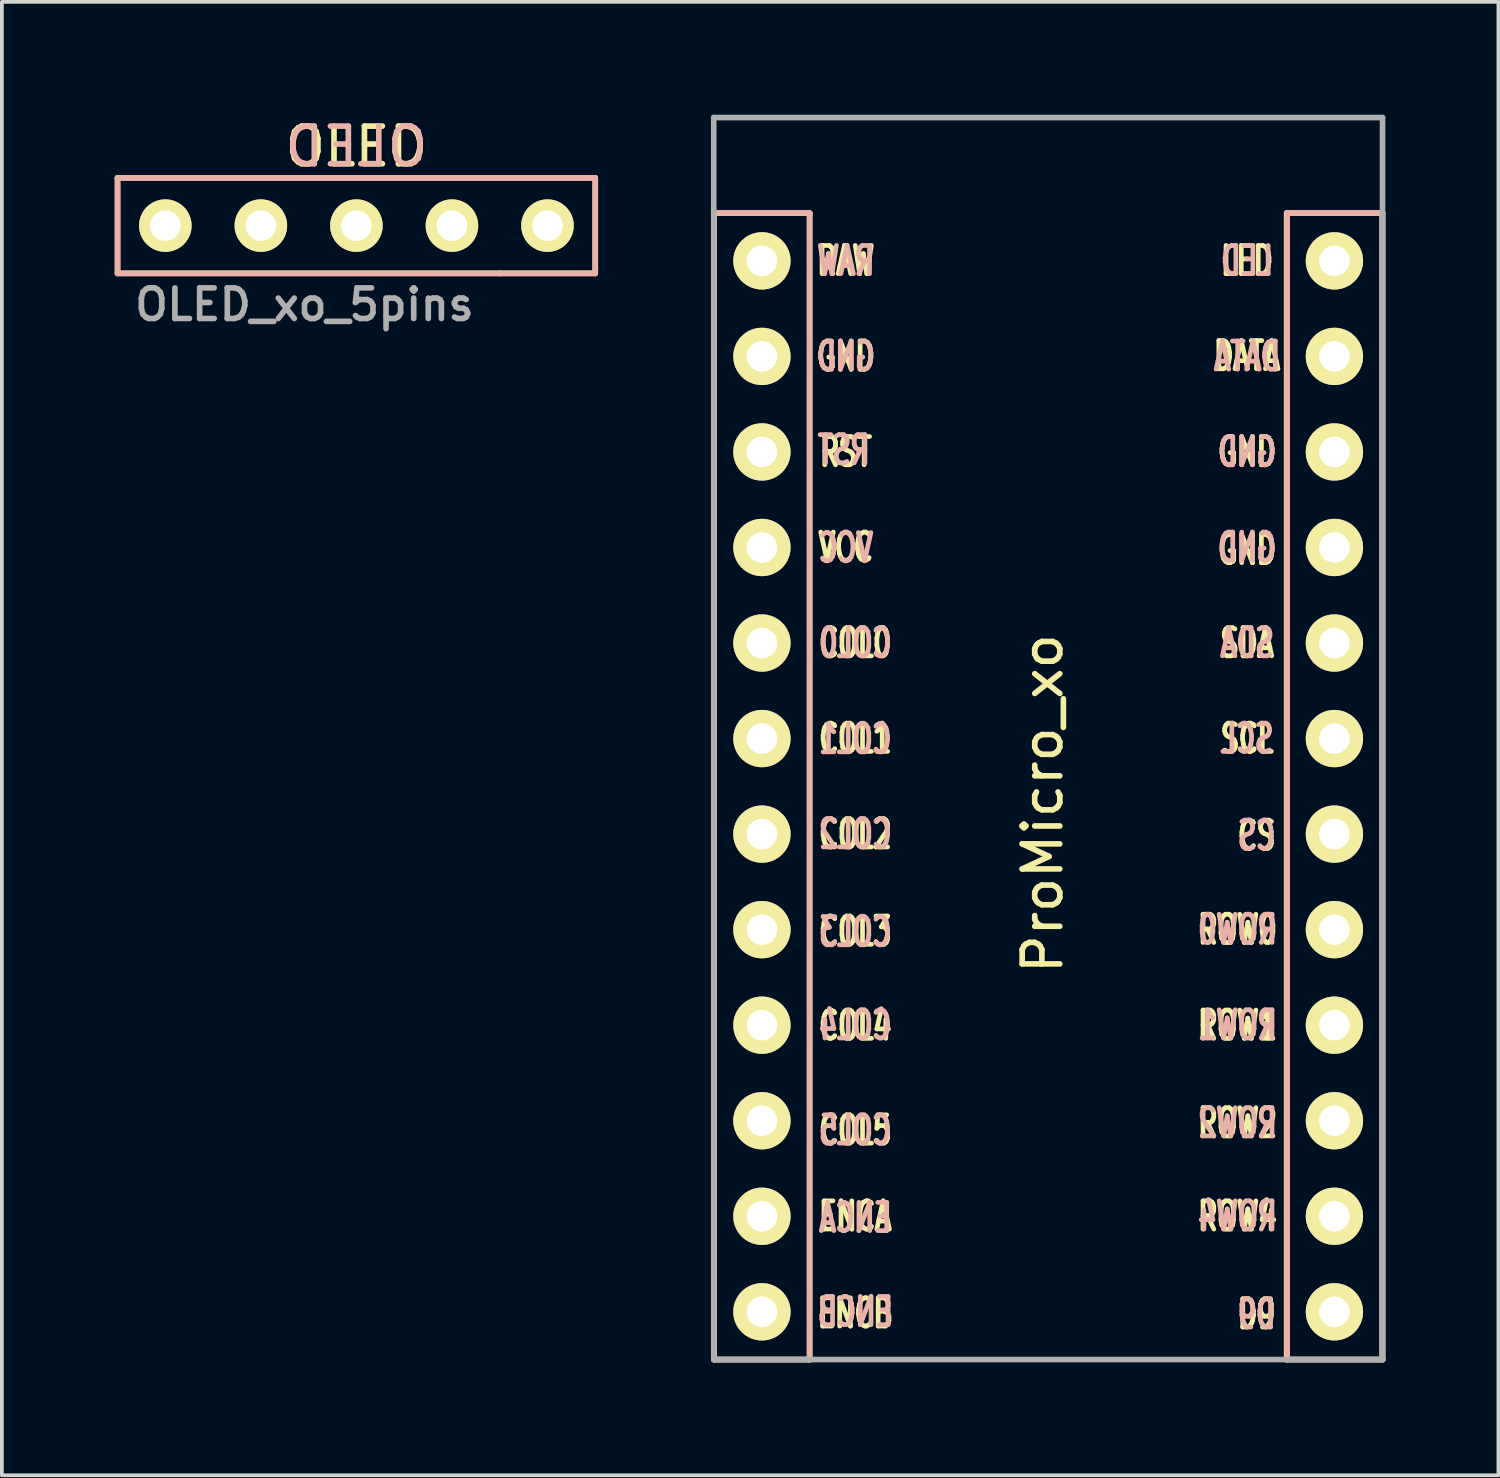
<source format=kicad_pcb>
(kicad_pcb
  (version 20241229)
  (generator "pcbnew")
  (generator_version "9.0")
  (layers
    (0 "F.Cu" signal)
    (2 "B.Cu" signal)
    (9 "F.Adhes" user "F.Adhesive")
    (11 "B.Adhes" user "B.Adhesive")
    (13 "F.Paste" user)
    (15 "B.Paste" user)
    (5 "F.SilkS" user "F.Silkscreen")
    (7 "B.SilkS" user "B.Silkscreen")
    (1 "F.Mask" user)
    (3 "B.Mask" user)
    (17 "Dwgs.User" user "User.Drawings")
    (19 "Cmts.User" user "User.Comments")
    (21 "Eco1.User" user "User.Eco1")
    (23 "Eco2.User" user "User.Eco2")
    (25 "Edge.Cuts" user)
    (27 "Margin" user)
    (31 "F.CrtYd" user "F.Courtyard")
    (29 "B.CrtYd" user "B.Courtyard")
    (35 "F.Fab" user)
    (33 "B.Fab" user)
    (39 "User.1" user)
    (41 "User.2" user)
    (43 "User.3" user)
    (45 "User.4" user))
  (footprint "ProMicro_xo"
    (layer "F.Cu")
    (at 24.77 18.363)
    (property "Reference" "ProMicro_xo" (at -0.1 -0.05 270) (layer "F.SilkS") (effects (font (size 1 1) (thickness 0.15))))
    (attr through_hole)
    (fp_line (start -8.834 -15.748) (end -6.294 -15.748) (stroke (width 0.15) (type solid)) (layer "F.SilkS"))
    (fp_line (start -8.834 14.732) (end -8.834 -15.748) (stroke (width 0.15) (type solid)) (layer "F.SilkS"))
    (fp_line (start -6.294 -15.748) (end -6.294 14.732) (stroke (width 0.15) (type solid)) (layer "F.SilkS"))
    (fp_line (start -6.294 14.732) (end -8.834 14.732) (stroke (width 0.15) (type solid)) (layer "F.SilkS"))
    (fp_line (start 6.386 -15.748) (end 8.926 -15.748) (stroke (width 0.15) (type solid)) (layer "F.SilkS"))
    (fp_line (start 6.386 14.732) (end 6.386 -15.748) (stroke (width 0.15) (type solid)) (layer "F.SilkS"))
    (fp_line (start 8.926 -15.748) (end 8.926 14.732) (stroke (width 0.15) (type solid)) (layer "F.SilkS"))
    (fp_line (start 8.926 14.732) (end 6.386 14.732) (stroke (width 0.15) (type solid)) (layer "F.SilkS"))
    (fp_line (start -8.839 -15.748) (end -8.839 14.732) (stroke (width 0.15) (type solid)) (layer "B.SilkS"))
    (fp_line (start -8.839 14.732) (end -6.299 14.732) (stroke (width 0.15) (type solid)) (layer "B.SilkS"))
    (fp_line (start -6.299 -15.748) (end -8.839 -15.748) (stroke (width 0.15) (type solid)) (layer "B.SilkS"))
    (fp_line (start -6.299 14.732) (end -6.299 -15.748) (stroke (width 0.15) (type solid)) (layer "B.SilkS"))
    (fp_line (start 6.401 -15.748) (end 6.401 14.732) (stroke (width 0.15) (type solid)) (layer "B.SilkS"))
    (fp_line (start 6.401 14.732) (end 8.941 14.732) (stroke (width 0.15) (type solid)) (layer "B.SilkS"))
    (fp_line (start 8.941 -15.748) (end 6.401 -15.748) (stroke (width 0.15) (type solid)) (layer "B.SilkS"))
    (fp_line (start 8.941 14.732) (end 8.941 -15.748) (stroke (width 0.15) (type solid)) (layer "B.SilkS"))
    (fp_line (start -8.845 -18.288) (end 8.935 -18.288) (stroke (width 0.15) (type solid)) (layer "F.Fab"))
    (fp_line (start -8.845 14.732) (end -8.845 -18.288) (stroke (width 0.15) (type solid)) (layer "F.Fab"))
    (fp_line (start 8.935 -18.288) (end 8.935 14.732) (stroke (width 0.15) (type solid)) (layer "F.Fab"))
    (fp_line (start 8.935 14.732) (end -8.845 14.732) (stroke (width 0.15) (type solid)) (layer "F.Fab"))
    (fp_text user "COL4" (at -5.08 5.85 0) (layer "F.SilkS") (effects (font (size 0.75 0.5) (thickness 0.125))))
    (fp_text user "COL2" (at -5.08 0.762 0) (layer "F.SilkS") (effects (font (size 0.75 0.5) (thickness 0.125))))
    (fp_text user "DATA" (at 5.334 -11.95 0) (layer "F.SilkS") (effects (font (size 0.75 0.5) (thickness 0.125))))
    (fp_text user "COL0" (at -5.08 -4.318 0) (layer "F.SilkS") (effects (font (size 0.75 0.5) (thickness 0.125))))
    (fp_text user "LED" (at 5.334 -14.478 0) (layer "F.SilkS") (effects (font (size 0.75 0.5) (thickness 0.125))))
    (fp_text user "ROW0" (at 5.08 3.302 0) (layer "F.SilkS") (effects (font (size 0.75 0.5) (thickness 0.125))))
    (fp_text user "ENCA" (at -5.08 10.922 0) (layer "F.SilkS") (effects (font (size 0.75 0.5) (thickness 0.125))))
    (fp_text user "ROW4" (at 5.08 10.922 0) (layer "F.SilkS") (effects (font (size 0.75 0.5) (thickness 0.125))))
    (fp_text user "COL5" (at -5.08 8.636 0) (layer "F.SilkS") (effects (font (size 0.75 0.5) (thickness 0.125))))
    (fp_text user "VCC" (at -5.334 -6.858 0) (layer "F.SilkS") (effects (font (size 0.75 0.5) (thickness 0.125))))
    (fp_text user "COL3" (at -5.08 3.35 0) (layer "F.SilkS") (effects (font (size 0.75 0.5) (thickness 0.125))))
    (fp_text user "ENCB" (at -5.08 13.5 0) (layer "F.SilkS") (effects (font (size 0.75 0.5) (thickness 0.125))))
    (fp_text user "COL1" (at -5.08 -1.778 0) (layer "F.SilkS") (effects (font (size 0.75 0.5) (thickness 0.125))))
    (fp_text user "GND" (at 5.334 -9.398 0) (layer "F.SilkS") (effects (font (size 0.75 0.5) (thickness 0.125))))
    (fp_text user "RAW" (at -5.334 -14.478 0) (layer "F.SilkS") (effects (font (size 0.75 0.5) (thickness 0.125))))
    (fp_text user "SCL" (at 5.334 -1.778 0) (layer "F.SilkS") (effects (font (size 0.75 0.5) (thickness 0.125))))
    (fp_text user "ROW2" (at 5.08 8.445 0) (layer "F.SilkS") (effects (font (size 0.75 0.5) (thickness 0.125))))
    (fp_text user "CS" (at 5.588 0.8 0) (layer "F.SilkS") (effects (font (size 0.75 0.5) (thickness 0.125))))
    (fp_text user "RST" (at -5.334 -9.398 0) (layer "F.SilkS") (effects (font (size 0.75 0.5) (thickness 0.125))))
    (fp_text user "D9" (at 5.588 13.525 0) (layer "F.SilkS") (effects (font (size 0.75 0.5) (thickness 0.125))))
    (fp_text user "GND" (at -5.334 -11.938 0) (layer "F.SilkS") (effects (font (size 0.75 0.5) (thickness 0.125))))
    (fp_text user "ROW1" (at 5.08 5.85 0) (layer "F.SilkS") (effects (font (size 0.75 0.5) (thickness 0.125))))
    (fp_text user "GND" (at 5.334 -6.795 0) (layer "F.SilkS") (effects (font (size 0.75 0.5) (thickness 0.125))))
    (fp_text user "SDA" (at 5.334 -4.318 0) (layer "F.SilkS") (effects (font (size 0.75 0.5) (thickness 0.125))))
    (fp_text user "RAW" (at -5.334 -14.478 0) (layer "B.SilkS") (effects (font (size 0.75 0.5) (thickness 0.125)) (justify mirror)))
    (fp_text user "COL4" (at -5.08 5.842 0) (layer "B.SilkS") (effects (font (size 0.75 0.5) (thickness 0.125)) (justify mirror)))
    (fp_text user "ROW2" (at 5.08 8.445 0) (layer "B.SilkS") (effects (font (size 0.75 0.5) (thickness 0.125)) (justify mirror)))
    (fp_text user "COL1" (at -5.08 -1.765 0) (layer "B.SilkS") (effects (font (size 0.75 0.5) (thickness 0.125)) (justify mirror)))
    (fp_text user "VCC" (at -5.334 -6.845 0) (layer "B.SilkS") (effects (font (size 0.75 0.5) (thickness 0.125)) (justify mirror)))
    (fp_text user "D9" (at 5.588 13.525 0) (layer "B.SilkS") (effects (font (size 0.75 0.5) (thickness 0.125)) (justify mirror)))
    (fp_text user "LED" (at 5.334 -14.478 0) (layer "B.SilkS") (effects (font (size 0.75 0.5) (thickness 0.125)) (justify mirror)))
    (fp_text user "COL5" (at -5.08 8.636 0) (layer "B.SilkS") (effects (font (size 0.75 0.5) (thickness 0.125)) (justify mirror)))
    (fp_text user "ROW4" (at 5.08 10.922 0) (layer "B.SilkS") (effects (font (size 0.75 0.5) (thickness 0.125)) (justify mirror)))
    (fp_text user "ROW0" (at 5.08 3.302 0) (layer "B.SilkS") (effects (font (size 0.75 0.5) (thickness 0.125)) (justify mirror)))
    (fp_text user "RST" (at -5.385 -9.449 0) (layer "B.SilkS") (effects (font (size 0.75 0.5) (thickness 0.125)) (justify mirror)))
    (fp_text user "ENCB" (at -5.08 13.462 0) (layer "B.SilkS") (effects (font (size 0.75 0.5) (thickness 0.125)) (justify mirror)))
    (fp_text user "ROW1" (at 5.08 5.842 0) (layer "B.SilkS") (effects (font (size 0.75 0.5) (thickness 0.125)) (justify mirror)))
    (fp_text user "SDA" (at 5.334 -4.318 0) (layer "B.SilkS") (effects (font (size 0.75 0.5) (thickness 0.125)) (justify mirror)))
    (fp_text user "GND" (at 5.334 -6.858 0) (layer "B.SilkS") (effects (font (size 0.75 0.5) (thickness 0.125)) (justify mirror)))
    (fp_text user "DATA" (at 5.334 -11.938 0) (layer "B.SilkS") (effects (font (size 0.75 0.5) (thickness 0.125)) (justify mirror)))
    (fp_text user "COL3" (at -5.08 3.363 0) (layer "B.SilkS") (effects (font (size 0.75 0.5) (thickness 0.125)) (justify mirror)))
    (fp_text user "ENCA" (at -5.08 10.963 0) (layer "B.SilkS") (effects (font (size 0.75 0.5) (thickness 0.125)) (justify mirror)))
    (fp_text user "SCL" (at 5.334 -1.778 0) (layer "B.SilkS") (effects (font (size 0.75 0.5) (thickness 0.125)) (justify mirror)))
    (fp_text user "COL0" (at -5.08 -4.318 0) (layer "B.SilkS") (effects (font (size 0.75 0.5) (thickness 0.125)) (justify mirror)))
    (fp_text user "GND" (at 5.334 -9.398 0) (layer "B.SilkS") (effects (font (size 0.75 0.5) (thickness 0.125)) (justify mirror)))
    (fp_text user "CS" (at 5.588 0.8 0) (layer "B.SilkS") (effects (font (size 0.75 0.5) (thickness 0.125)) (justify mirror)))
    (fp_text user "GND" (at -5.334 -11.938 0) (layer "B.SilkS") (effects (font (size 0.75 0.5) (thickness 0.125)) (justify mirror)))
    (fp_text user "COL2" (at -5.08 0.762 0) (layer "B.SilkS") (effects (font (size 0.75 0.5) (thickness 0.125)) (justify mirror)))
    (pad "1" thru_hole circle (at 7.656 -14.478) (size 1.524 1.524) (drill 0.813) (layers "*.Cu" "*.Mask" "F.SilkS"))
    (pad "2" thru_hole circle (at 7.656 -11.938) (size 1.524 1.524) (drill 0.813) (layers "*.Cu" "*.Mask" "F.SilkS"))
    (pad "3" thru_hole circle (at 7.656 -9.398) (size 1.524 1.524) (drill 0.813) (layers "*.Cu" "*.Mask" "F.SilkS"))
    (pad "4" thru_hole circle (at 7.656 -6.858) (size 1.524 1.524) (drill 0.813) (layers "*.Cu" "*.Mask" "F.SilkS"))
    (pad "5" thru_hole circle (at 7.656 -4.318) (size 1.524 1.524) (drill 0.813) (layers "*.Cu" "*.Mask" "F.SilkS"))
    (pad "6" thru_hole circle (at 7.656 -1.778) (size 1.524 1.524) (drill 0.813) (layers "*.Cu" "*.Mask" "F.SilkS"))
    (pad "7" thru_hole circle (at 7.656 0.762) (size 1.524 1.524) (drill 0.813) (layers "*.Cu" "*.Mask" "F.SilkS"))
    (pad "8" thru_hole circle (at 7.656 3.302) (size 1.524 1.524) (drill 0.813) (layers "*.Cu" "*.Mask" "F.SilkS"))
    (pad "9" thru_hole circle (at 7.656 5.842) (size 1.524 1.524) (drill 0.813) (layers "*.Cu" "*.Mask" "F.SilkS"))
    (pad "10" thru_hole circle (at 7.656 8.382) (size 1.524 1.524) (drill 0.813) (layers "*.Cu" "*.Mask" "F.SilkS"))
    (pad "11" thru_hole circle (at 7.656 10.922) (size 1.524 1.524) (drill 0.813) (layers "*.Cu" "*.Mask" "F.SilkS"))
    (pad "12" thru_hole circle (at 7.656 13.462) (size 1.524 1.524) (drill 0.813) (layers "*.Cu" "*.Mask" "F.SilkS"))
    (pad "13" thru_hole circle (at -7.564 13.462) (size 1.524 1.524) (drill 0.813) (layers "*.Cu" "*.Mask" "F.SilkS"))
    (pad "14" thru_hole circle (at -7.564 10.922) (size 1.524 1.524) (drill 0.813) (layers "*.Cu" "*.Mask" "F.SilkS"))
    (pad "15" thru_hole circle (at -7.564 8.382) (size 1.524 1.524) (drill 0.813) (layers "*.Cu" "*.Mask" "F.SilkS"))
    (pad "16" thru_hole circle (at -7.564 5.842) (size 1.524 1.524) (drill 0.813) (layers "*.Cu" "*.Mask" "F.SilkS"))
    (pad "17" thru_hole circle (at -7.564 3.302) (size 1.524 1.524) (drill 0.813) (layers "*.Cu" "*.Mask" "F.SilkS"))
    (pad "18" thru_hole circle (at -7.564 0.762) (size 1.524 1.524) (drill 0.813) (layers "*.Cu" "*.Mask" "F.SilkS"))
    (pad "19" thru_hole circle (at -7.564 -1.778) (size 1.524 1.524) (drill 0.813) (layers "*.Cu" "*.Mask" "F.SilkS"))
    (pad "20" thru_hole circle (at -7.564 -4.318) (size 1.524 1.524) (drill 0.813) (layers "*.Cu" "*.Mask" "F.SilkS"))
    (pad "21" thru_hole circle (at -7.564 -6.858) (size 1.524 1.524) (drill 0.813) (layers "*.Cu" "*.Mask" "F.SilkS"))
    (pad "22" thru_hole circle (at -7.564 -9.398) (size 1.524 1.524) (drill 0.813) (layers "*.Cu" "*.Mask" "F.SilkS"))
    (pad "23" thru_hole circle (at -7.564 -11.938) (size 1.524 1.524) (drill 0.813) (layers "*.Cu" "*.Mask" "F.SilkS"))
    (pad "24" thru_hole circle (at -7.564 -14.478) (size 1.524 1.524) (drill 0.813) (layers "*.Cu" "*.Mask" "F.SilkS")))
  (footprint "OLED_xo_5pins"
    (layer "F.Cu")
    (at 1.345 2.948)
    (property "Reference" "OLED_xo_5pins" (at 3.7 2.1 180) (layer "F.Fab") (effects (font (size 0.813 0.813) (thickness 0.15))))
    (attr through_hole)
    (fp_line (start -1.27 -1.27) (end 8.89 -1.27) (stroke (width 0.15) (type solid)) (layer "F.SilkS"))
    (fp_line (start -1.27 1.27) (end -1.27 -1.27) (stroke (width 0.15) (type solid)) (layer "F.SilkS"))
    (fp_line (start -1.27 1.27) (end 8.89 1.27) (stroke (width 0.15) (type solid)) (layer "F.SilkS"))
    (fp_line (start 8.89 -1.27) (end 11.43 -1.27) (stroke (width 0.15) (type default)) (layer "F.SilkS"))
    (fp_line (start 8.89 1.27) (end 11.43 1.27) (stroke (width 0.15) (type default)) (layer "F.SilkS"))
    (fp_line (start 11.43 -1.27) (end 11.43 1.27) (stroke (width 0.15) (type solid)) (layer "F.SilkS"))
    (fp_line (start -1.27 -1.27) (end 8.89 -1.27) (stroke (width 0.15) (type solid)) (layer "B.SilkS"))
    (fp_line (start -1.27 1.27) (end -1.27 -1.27) (stroke (width 0.15) (type solid)) (layer "B.SilkS"))
    (fp_line (start 8.89 -1.27) (end 11.43 -1.27) (stroke (width 0.15) (type default)) (layer "B.SilkS"))
    (fp_line (start 8.89 1.27) (end -1.27 1.27) (stroke (width 0.15) (type solid)) (layer "B.SilkS"))
    (fp_line (start 8.89 1.27) (end 11.43 1.27) (stroke (width 0.15) (type default)) (layer "B.SilkS"))
    (fp_line (start 11.43 -1.27) (end 11.43 1.27) (stroke (width 0.15) (type solid)) (layer "B.SilkS"))
    (fp_text user "OLED" (at 5.08 -2.1 0) (layer "F.SilkS") (effects (font (size 1 1) (thickness 0.15))))
    (fp_text user "OLED" (at 5.08 -2.1 0) (layer "B.SilkS") (effects (font (size 1 1) (thickness 0.15)) (justify mirror)))
    (pad "1" thru_hole circle (at 0 0) (size 1.397 1.397) (drill 0.813) (layers "*.Cu" "*.Mask" "F.SilkS"))
    (pad "2" thru_hole circle (at 2.54 0) (size 1.397 1.397) (drill 0.813) (layers "*.Cu" "*.Mask" "F.SilkS"))
    (pad "3" thru_hole circle (at 5.08 0) (size 1.397 1.397) (drill 0.813) (layers "*.Cu" "*.Mask" "F.SilkS"))
    (pad "4" thru_hole circle (at 7.62 0) (size 1.397 1.397) (drill 0.813) (layers "*.Cu" "*.Mask" "F.SilkS"))
    (pad "5" thru_hole circle (at 10.16 0) (size 1.397 1.397) (drill 0.813) (layers "*.Cu" "*.Mask" "F.SilkS")))
  (gr_rect
    (start -3 -3)
    (end 36.786 36.17)
    (stroke (width 0.1) (type default))
    (fill no)
    (layer "Edge.Cuts")))
</source>
